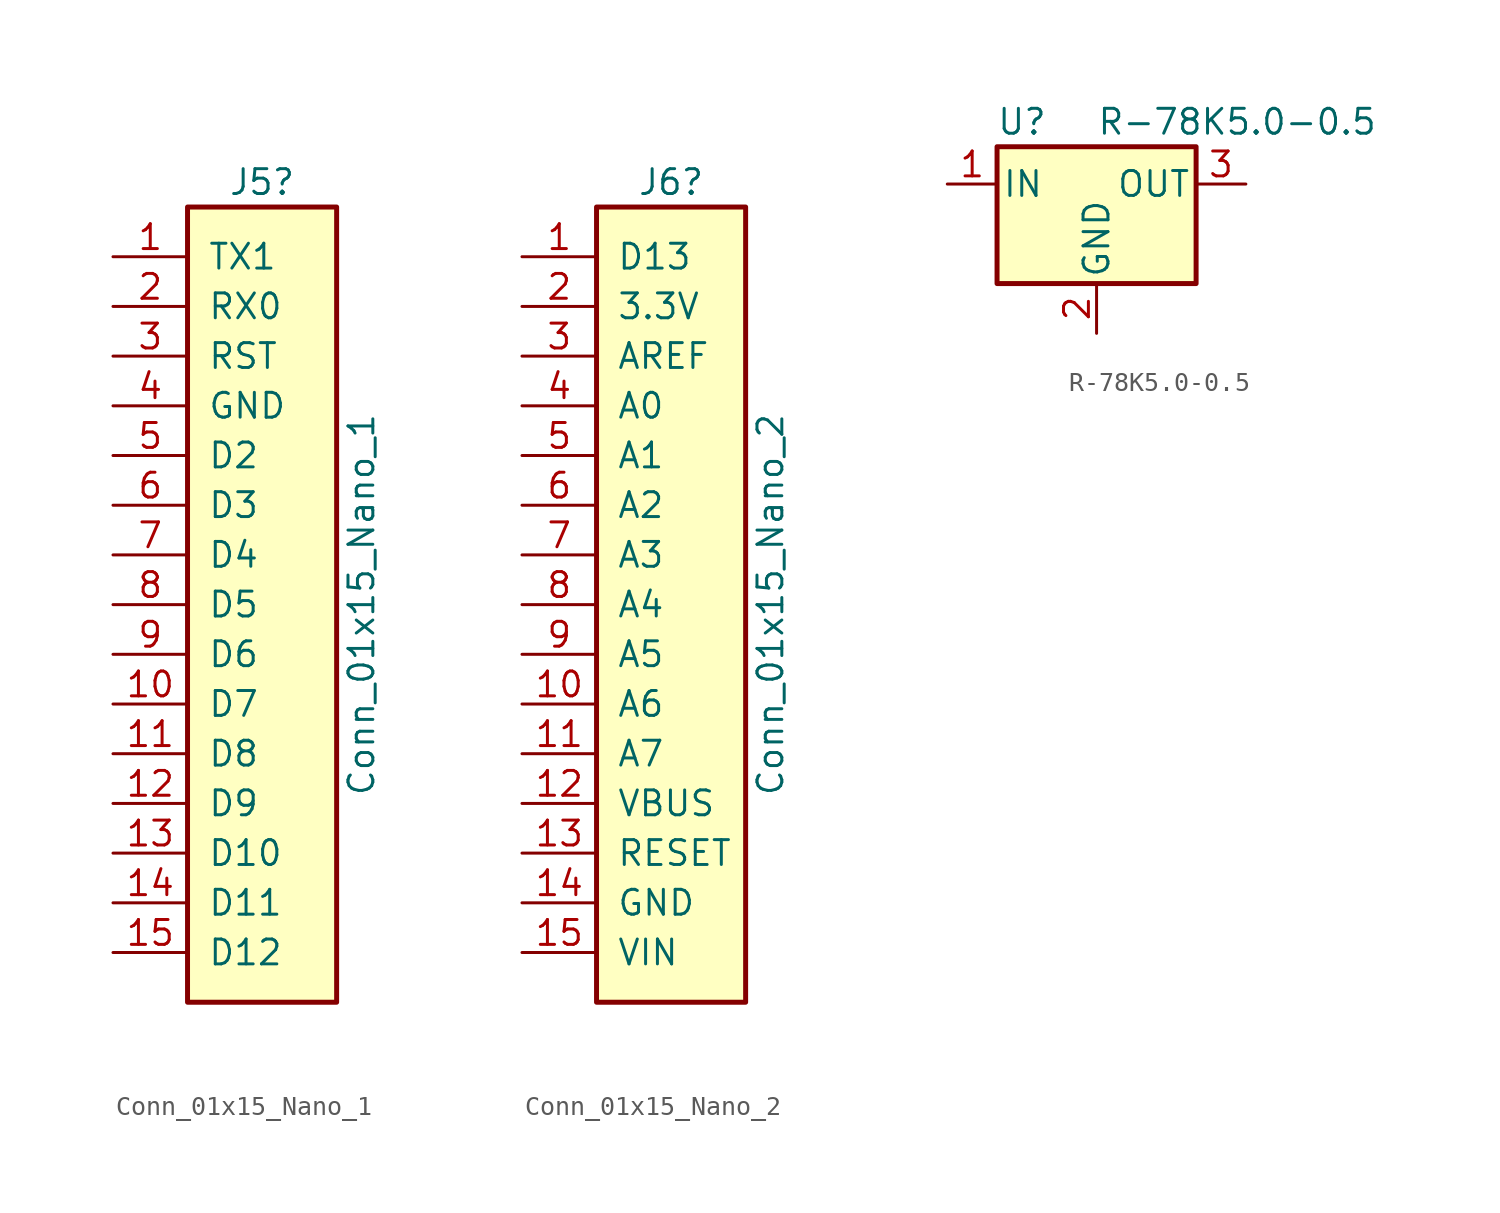
<source format=kicad_sym>
(kicad_symbol_lib
  (version 20220914)
  (generator kicad_symbol_editor)
  (symbol "Conn_01x15_Nano_1"
    (pin_names
      (offset 1.016))
    (property "Reference" "J5"
      (at 2.54 21.59 0)
      (effects (font (size 1.27 1.27))))
    (property "Value" "Conn_01x15_Nano_1"
      (at 7.62 0 90)
      (effects (font (size 1.27 1.27))))
    (symbol "Conn_01x15_Nano_1_1_1"
      (rectangle (start -1.27 20.32) (end 6.35 -20.32) (stroke (width 0.254) (type default)) (fill (type background)))
      (pin passive line (at -5.08 17.78 0) (length 3.81) (name "TX1" (effects (font (size 1.27 1.27)))) (number "1" (effects (font (size 1.27 1.27)))))
      (pin passive line (at -5.08 -5.08 0) (length 3.81) (name "D7" (effects (font (size 1.27 1.27)))) (number "10" (effects (font (size 1.27 1.27)))))
      (pin passive line (at -5.08 -7.62 0) (length 3.81) (name "D8" (effects (font (size 1.27 1.27)))) (number "11" (effects (font (size 1.27 1.27)))))
      (pin passive line (at -5.08 -10.16 0) (length 3.81) (name "D9" (effects (font (size 1.27 1.27)))) (number "12" (effects (font (size 1.27 1.27)))))
      (pin passive line (at -5.08 -12.7 0) (length 3.81) (name "D10" (effects (font (size 1.27 1.27)))) (number "13" (effects (font (size 1.27 1.27)))))
      (pin passive line (at -5.08 -15.24 0) (length 3.81) (name "D11" (effects (font (size 1.27 1.27)))) (number "14" (effects (font (size 1.27 1.27)))))
      (pin passive line (at -5.08 -17.78 0) (length 3.81) (name "D12" (effects (font (size 1.27 1.27)))) (number "15" (effects (font (size 1.27 1.27)))))
      (pin passive line (at -5.08 15.24 0) (length 3.81) (name "RX0" (effects (font (size 1.27 1.27)))) (number "2" (effects (font (size 1.27 1.27)))))
      (pin passive line (at -5.08 12.7 0) (length 3.81) (name "RST" (effects (font (size 1.27 1.27)))) (number "3" (effects (font (size 1.27 1.27)))))
      (pin passive line (at -5.08 10.16 0) (length 3.81) (name "GND" (effects (font (size 1.27 1.27)))) (number "4" (effects (font (size 1.27 1.27)))))
      (pin passive line (at -5.08 7.62 0) (length 3.81) (name "D2" (effects (font (size 1.27 1.27)))) (number "5" (effects (font (size 1.27 1.27)))))
      (pin passive line (at -5.08 5.08 0) (length 3.81) (name "D3" (effects (font (size 1.27 1.27)))) (number "6" (effects (font (size 1.27 1.27)))))
      (pin passive line (at -5.08 2.54 0) (length 3.81) (name "D4" (effects (font (size 1.27 1.27)))) (number "7" (effects (font (size 1.27 1.27)))))
      (pin passive line (at -5.08 0 0) (length 3.81) (name "D5" (effects (font (size 1.27 1.27)))) (number "8" (effects (font (size 1.27 1.27)))))
      (pin passive line (at -5.08 -2.54 0) (length 3.81) (name "D6" (effects (font (size 1.27 1.27)))) (number "9" (effects (font (size 1.27 1.27)))))))
  (symbol "Conn_01x15_Nano_2"
    (pin_names
      (offset 1.016))
    (property "Reference" "J6"
      (at 2.54 21.59 0)
      (effects (font (size 1.27 1.27))))
    (property "Value" "Conn_01x15_Nano_2"
      (at 7.62 0 90)
      (effects (font (size 1.27 1.27))))
    (symbol "Conn_01x15_Nano_2_1_1"
      (rectangle (start -1.27 20.32) (end 6.35 -20.32) (stroke (width 0.254) (type default)) (fill (type background)))
      (pin passive line (at -5.08 17.78 0) (length 3.81) (name "D13" (effects (font (size 1.27 1.27)))) (number "1" (effects (font (size 1.27 1.27)))))
      (pin passive line (at -5.08 -5.08 0) (length 3.81) (name "A6" (effects (font (size 1.27 1.27)))) (number "10" (effects (font (size 1.27 1.27)))))
      (pin passive line (at -5.08 -7.62 0) (length 3.81) (name "A7" (effects (font (size 1.27 1.27)))) (number "11" (effects (font (size 1.27 1.27)))))
      (pin passive line (at -5.08 -10.16 0) (length 3.81) (name "VBUS" (effects (font (size 1.27 1.27)))) (number "12" (effects (font (size 1.27 1.27)))))
      (pin passive line (at -5.08 -12.7 0) (length 3.81) (name "RESET" (effects (font (size 1.27 1.27)))) (number "13" (effects (font (size 1.27 1.27)))))
      (pin passive line (at -5.08 -15.24 0) (length 3.81) (name "GND" (effects (font (size 1.27 1.27)))) (number "14" (effects (font (size 1.27 1.27)))))
      (pin passive line (at -5.08 -17.78 0) (length 3.81) (name "VIN" (effects (font (size 1.27 1.27)))) (number "15" (effects (font (size 1.27 1.27)))))
      (pin passive line (at -5.08 15.24 0) (length 3.81) (name "3.3V" (effects (font (size 1.27 1.27)))) (number "2" (effects (font (size 1.27 1.27)))))
      (pin passive line (at -5.08 12.7 0) (length 3.81) (name "AREF" (effects (font (size 1.27 1.27)))) (number "3" (effects (font (size 1.27 1.27)))))
      (pin passive line (at -5.08 10.16 0) (length 3.81) (name "A0" (effects (font (size 1.27 1.27)))) (number "4" (effects (font (size 1.27 1.27)))))
      (pin passive line (at -5.08 7.62 0) (length 3.81) (name "A1" (effects (font (size 1.27 1.27)))) (number "5" (effects (font (size 1.27 1.27)))))
      (pin passive line (at -5.08 5.08 0) (length 3.81) (name "A2" (effects (font (size 1.27 1.27)))) (number "6" (effects (font (size 1.27 1.27)))))
      (pin passive line (at -5.08 2.54 0) (length 3.81) (name "A3" (effects (font (size 1.27 1.27)))) (number "7" (effects (font (size 1.27 1.27)))))
      (pin passive line (at -5.08 0 0) (length 3.81) (name "A4" (effects (font (size 1.27 1.27)))) (number "8" (effects (font (size 1.27 1.27)))))
      (pin passive line (at -5.08 -2.54 0) (length 3.81) (name "A5" (effects (font (size 1.27 1.27)))) (number "9" (effects (font (size 1.27 1.27)))))))
  (symbol "R-78K5.0-0.5"
    (pin_names
      (offset 0.254))
    (property "Reference" "U"
      (at -3.81 3.175 0)
      (effects (font (size 1.27 1.27))))
    (property "Value" "R-78K5.0-0.5"
      (at 0 3.175 0)
      (effects (font (size 1.27 1.27)) (justify left)))
    (symbol "R-78K5.0-0.5_0_1"
      (rectangle (start -5.08 1.905) (end 5.08 -5.08) (stroke (width 0.254) (type default)) (fill (type background))))
    (symbol "R-78K5.0-0.5_1_1"
      (pin power_in line (at -7.62 0 0) (length 2.54) (name "IN" (effects (font (size 1.27 1.27)))) (number "1" (effects (font (size 1.27 1.27)))))
      (pin power_in line (at 0 -7.62 90) (length 2.54) (name "GND" (effects (font (size 1.27 1.27)))) (number "2" (effects (font (size 1.27 1.27)))))
      (pin power_out line (at 7.62 0 180) (length 2.54) (name "OUT" (effects (font (size 1.27 1.27)))) (number "3" (effects (font (size 1.27 1.27))))))))
</source>
